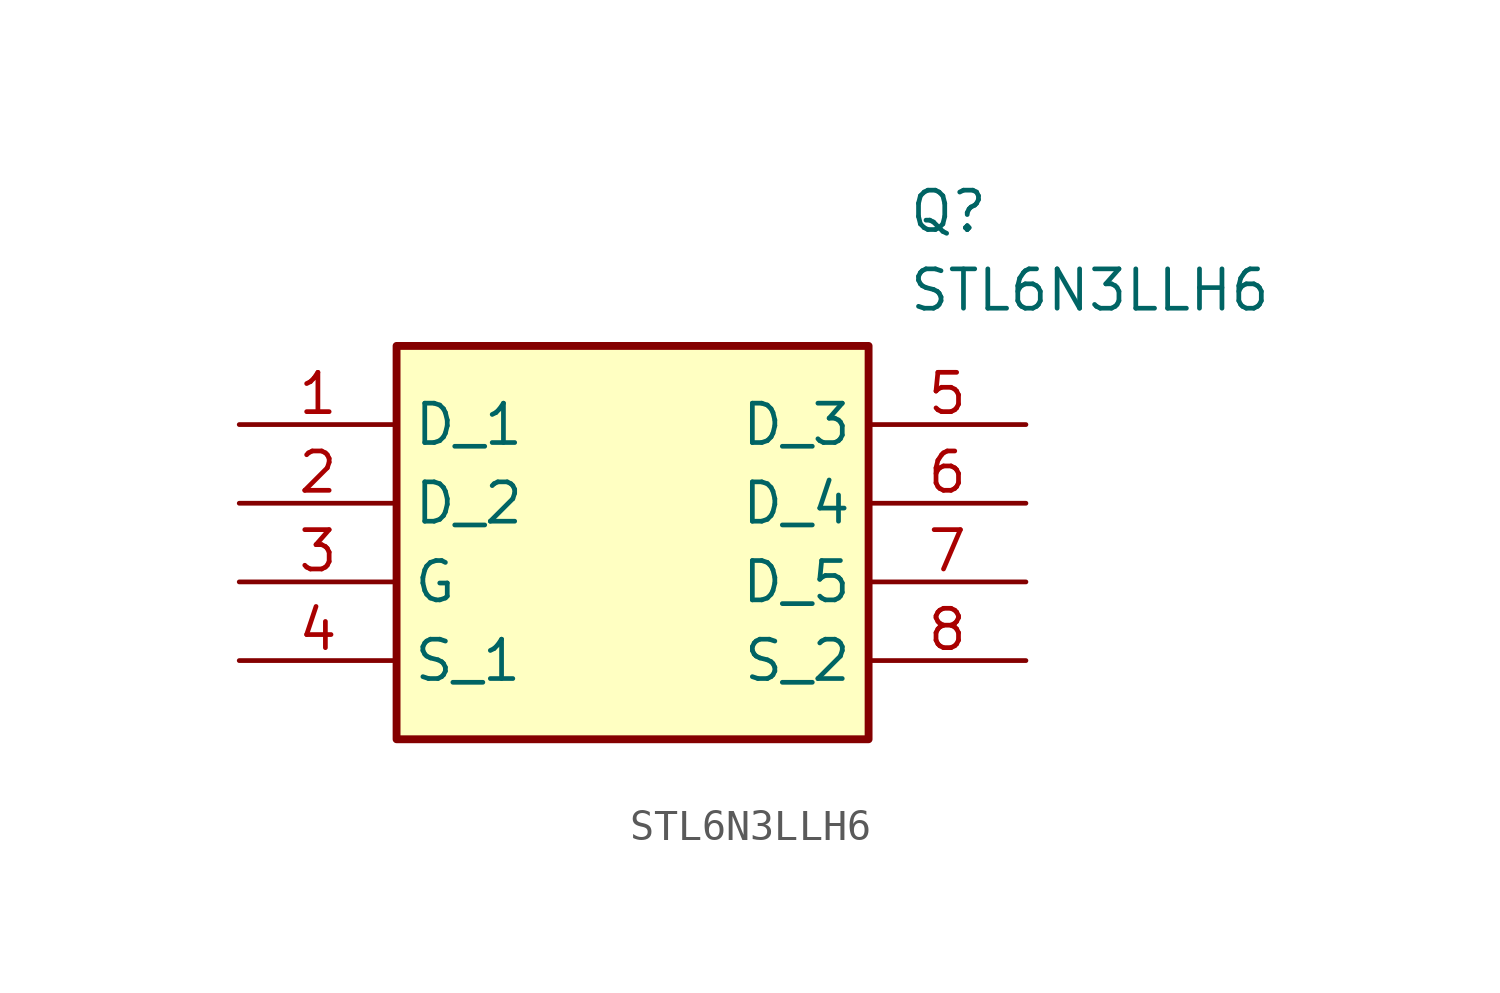
<source format=kicad_sym>
(kicad_symbol_lib
  (version 20211014)
  (generator SamacSys_ECAD_Model)
  (symbol "STL6N3LLH6"
    (property "Reference" "Q"
      (at 21.59 7.62 0)
      (effects (font (size 1.27 1.27)) (justify left top)))
    (property "Value" "STL6N3LLH6"
      (at 21.59 5.08 0)
      (effects (font (size 1.27 1.27)) (justify left top)))
    (rectangle
      (start 5.08 2.54)
      (end 20.32 -10.16)
      (stroke (width 0.254) (type default))
      (fill (type background)))
    (pin passive line
      (at 0 0 0)
      (length 5.08)
      (name "D_1" (effects (font (size 1.27 1.27))))
      (number "1" (effects (font (size 1.27 1.27)))))
    (pin passive line
      (at 0 -2.54 0)
      (length 5.08)
      (name "D_2" (effects (font (size 1.27 1.27))))
      (number "2" (effects (font (size 1.27 1.27)))))
    (pin passive line
      (at 0 -5.08 0)
      (length 5.08)
      (name "G" (effects (font (size 1.27 1.27))))
      (number "3" (effects (font (size 1.27 1.27)))))
    (pin passive line
      (at 0 -7.62 0)
      (length 5.08)
      (name "S_1" (effects (font (size 1.27 1.27))))
      (number "4" (effects (font (size 1.27 1.27)))))
    (pin passive line
      (at 25.4 0 180)
      (length 5.08)
      (name "D_3" (effects (font (size 1.27 1.27))))
      (number "5" (effects (font (size 1.27 1.27)))))
    (pin passive line
      (at 25.4 -2.54 180)
      (length 5.08)
      (name "D_4" (effects (font (size 1.27 1.27))))
      (number "6" (effects (font (size 1.27 1.27)))))
    (pin passive line
      (at 25.4 -5.08 180)
      (length 5.08)
      (name "D_5" (effects (font (size 1.27 1.27))))
      (number "7" (effects (font (size 1.27 1.27)))))
    (pin passive line
      (at 25.4 -7.62 180)
      (length 5.08)
      (name "S_2" (effects (font (size 1.27 1.27))))
      (number "8" (effects (font (size 1.27 1.27)))))))
</source>
